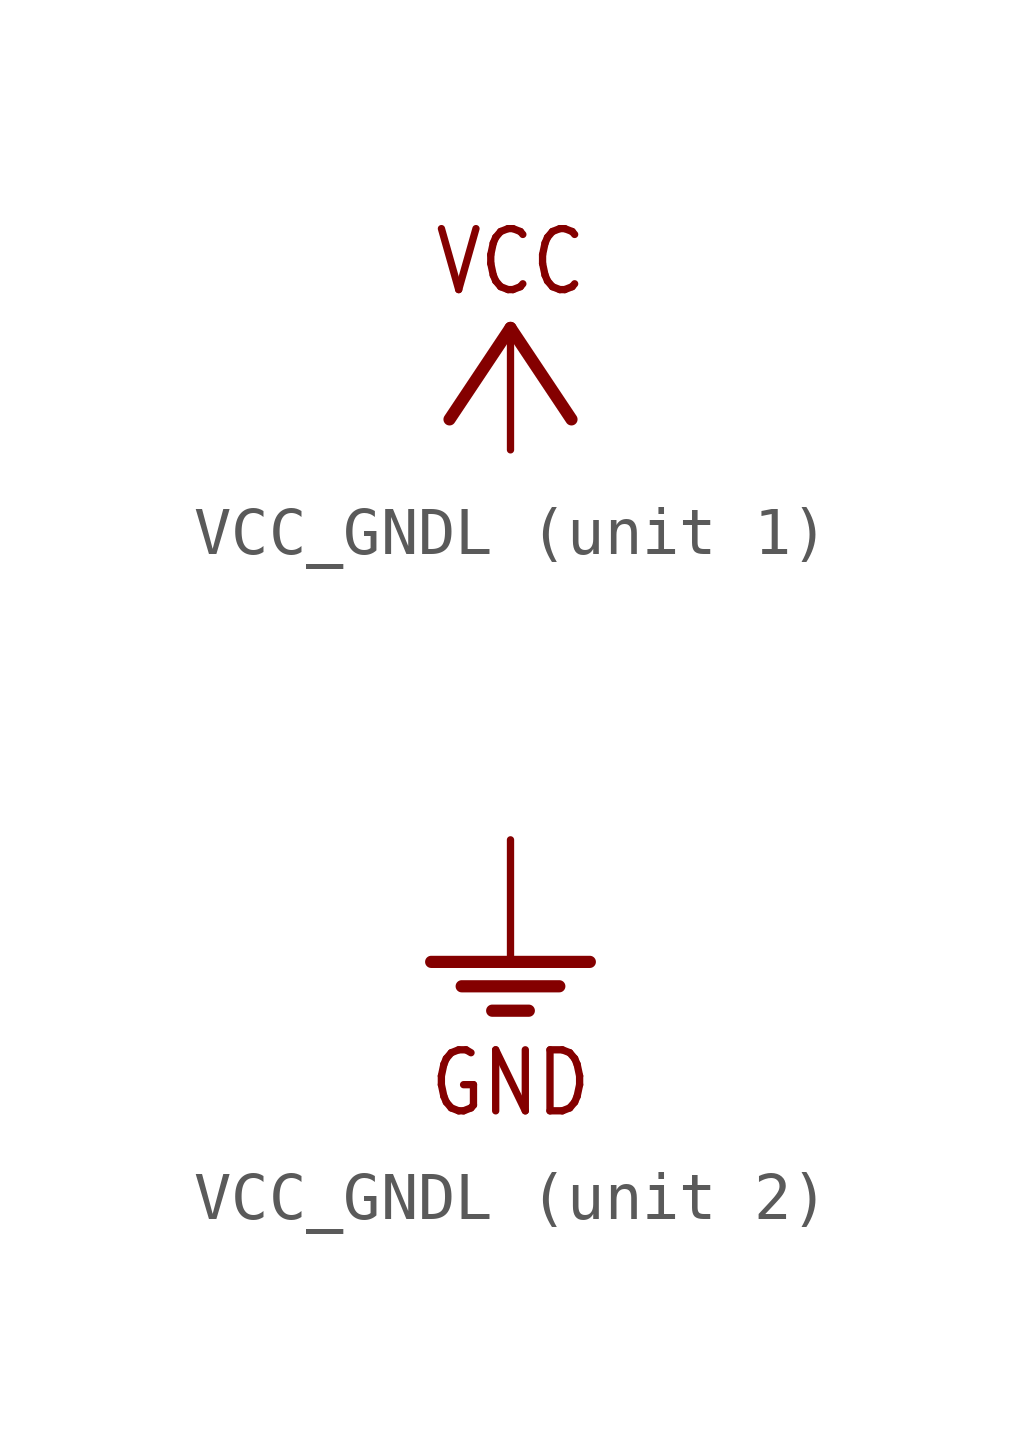
<source format=kicad_sym>
(kicad_symbol_lib
  (version 20201005)
  (generator kicad_symbol_editor)
  (symbol "VCC_GNDL"
    (property "Reference" "S"
      (at 0 0 0)
      (effects (font (size 1.27 1.27)) hide))
    (property "ki_locked" ""
      (at 0 0 0)
      (effects (font (size 1.27 1.27))))
    (symbol "VCC_GNDL_1_0"
      (text "VCC" (at 0 3.175 0) (effects (font (size 1.27 1.079)) (justify bottom)))
      (polyline (pts (xy 0 2.54) (xy -1.27 0.635)) (stroke (width 0.254)) (fill (type none)))
      (polyline (pts (xy 1.27 0.635) (xy 0 2.54)) (stroke (width 0.254)) (fill (type none)))
      (pin power_in line (at 0 0 90) (length 2.54) (name "VCC" (effects (font (size 0 0)))) (number "2" (effects (font (size 0 0))))))
    (symbol "VCC_GNDL_2_0"
      (text "GND" (at 0 -4.318 0) (effects (font (size 1.27 1.079)) (justify top)))
      (polyline (pts (xy -1.651 -2.54) (xy 1.651 -2.54)) (stroke (width 0.254)) (fill (type none)))
      (polyline (pts (xy -1.016 -3.048) (xy 1.016 -3.048)) (stroke (width 0.254)) (fill (type none)))
      (polyline (pts (xy -0.381 -3.556) (xy 0.381 -3.556)) (stroke (width 0.254)) (fill (type none)))
      (pin power_in line (at 0 0 270) (length 2.54) (name "GND" (effects (font (size 0 0)))) (number "1" (effects (font (size 0 0))))))))
</source>
